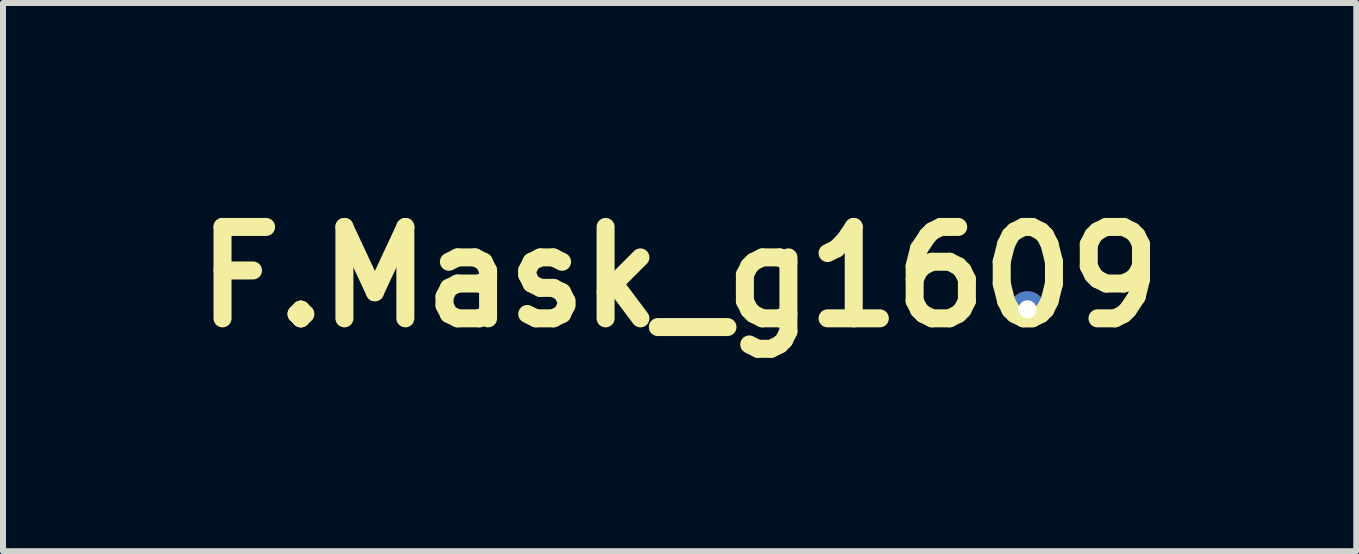
<source format=kicad_pcb>
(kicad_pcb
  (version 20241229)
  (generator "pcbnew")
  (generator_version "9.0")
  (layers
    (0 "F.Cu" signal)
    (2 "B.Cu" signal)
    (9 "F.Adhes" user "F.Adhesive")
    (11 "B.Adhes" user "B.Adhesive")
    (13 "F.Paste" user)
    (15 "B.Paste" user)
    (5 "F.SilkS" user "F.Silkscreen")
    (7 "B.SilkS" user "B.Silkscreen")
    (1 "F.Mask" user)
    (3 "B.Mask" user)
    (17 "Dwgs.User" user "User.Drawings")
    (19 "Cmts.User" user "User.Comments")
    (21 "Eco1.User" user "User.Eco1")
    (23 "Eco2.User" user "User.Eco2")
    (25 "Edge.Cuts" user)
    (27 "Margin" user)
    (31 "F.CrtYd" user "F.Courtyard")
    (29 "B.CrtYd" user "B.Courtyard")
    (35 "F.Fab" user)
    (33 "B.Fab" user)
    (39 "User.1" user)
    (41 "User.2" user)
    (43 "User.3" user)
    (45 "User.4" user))
  (footprint "F.Mask_g1609"
    (layer "F.Cu")
    (at 8.28 1.568)
    (property "Reference" "F.Mask_g1609" (at 0 0 0) (layer "F.SilkS") (effects (font (size 1.524 1.524) (thickness 0.3))))
    (attr through_hole)
    (fp_poly (pts (xy -4.346 0.067) (xy -4.144 0.068) (xy -4.096 0.069) (xy -3.318 0.074) (xy -3.143 0.471) (xy 1.224 0.46) (xy 5.591 0.449) (xy 5.648 0.395) (xy 5.727 0.345) (xy 5.815 0.332) (xy 5.901 0.355) (xy 5.956 0.394) (xy 5.995 0.446) (xy 6.01 0.508) (xy 6.011 0.544) (xy 5.994 0.638) (xy 5.946 0.708) (xy 5.875 0.75) (xy 5.791 0.76) (xy 5.699 0.734) (xy 5.689 0.729) (xy 5.639 0.691) (xy 5.607 0.652) (xy 5.583 0.607) (xy 1.166 0.622) (xy -3.251 0.637) (xy -3.294 0.542) (xy 5.745 0.542) (xy 5.76 0.585) (xy 5.794 0.612) (xy 5.826 0.599) (xy 5.842 0.582) (xy 5.858 0.538) (xy 5.842 0.501) (xy 5.803 0.487) (xy 5.762 0.503) (xy 5.745 0.542) (xy -3.294 0.542) (xy -3.343 0.435) (xy -3.434 0.233) (xy -4.15 0.233) (xy -4.346 0.233) (xy -4.504 0.232) (xy -4.628 0.23) (xy -4.723 0.228) (xy -4.792 0.225) (xy -4.84 0.22) (xy -4.872 0.213) (xy -4.891 0.205) (xy -4.899 0.2) (xy -4.926 0.161) (xy -4.932 0.139) (xy -4.93 0.12) (xy -4.921 0.104) (xy -4.902 0.092) (xy -4.868 0.082) (xy -4.815 0.075) (xy -4.741 0.071) (xy -4.641 0.068) (xy -4.51 0.067) (xy -4.346 0.067)) (stroke (width 0.01) (type solid)) (fill yes) (layer "F.Mask"))
    (fp_poly (pts (xy -3.15 -1.274) (xy -3.082 -1.224) (xy -3.048 -1.165) (xy -3.031 -1.076) (xy -3.047 -0.993) (xy -3.093 -0.925) (xy -3.161 -0.88) (xy -3.231 -0.868) (xy -3.264 -0.866) (xy -3.29 -0.855) (xy -3.314 -0.829) (xy -3.344 -0.781) (xy -3.384 -0.703) (xy -3.397 -0.677) (xy -3.493 -0.487) (xy -4.202 -0.487) (xy -4.396 -0.487) (xy -4.551 -0.488) (xy -4.673 -0.489) (xy -4.764 -0.491) (xy -4.831 -0.494) (xy -4.876 -0.499) (xy -4.904 -0.505) (xy -4.919 -0.513) (xy -4.925 -0.521) (xy -4.926 -0.568) (xy -4.917 -0.59) (xy -4.907 -0.6) (xy -4.887 -0.608) (xy -4.852 -0.614) (xy -4.799 -0.619) (xy -4.723 -0.623) (xy -4.619 -0.625) (xy -4.483 -0.628) (xy -4.311 -0.629) (xy -4.247 -0.63) (xy -3.598 -0.636) (xy -3.517 -0.799) (xy -3.475 -0.89) (xy -3.452 -0.953) (xy -3.447 -0.999) (xy -3.451 -1.019) (xy -3.455 -1.081) (xy -3.302 -1.081) (xy -3.288 -1.033) (xy -3.254 -1.016) (xy -3.21 -1.033) (xy -3.195 -1.049) (xy -3.179 -1.081) (xy -3.199 -1.112) (xy -3.2 -1.113) (xy -3.241 -1.133) (xy -3.28 -1.123) (xy -3.301 -1.089) (xy -3.302 -1.081) (xy -3.455 -1.081) (xy -3.457 -1.109) (xy -3.427 -1.19) (xy -3.368 -1.252) (xy -3.287 -1.287) (xy -3.242 -1.291) (xy -3.15 -1.274)) (stroke (width 0.01) (type solid)) (fill yes) (layer "F.Mask"))
    (fp_poly (pts (xy -3.41 0.751) (xy -3.352 0.88) (xy -3.307 0.975) (xy -3.273 1.039) (xy -3.247 1.079) (xy -3.226 1.097) (xy -3.213 1.101) (xy -3.173 1.115) (xy -3.123 1.15) (xy -3.11 1.163) (xy -3.068 1.215) (xy -3.05 1.272) (xy -3.048 1.319) (xy -3.053 1.386) (xy -3.075 1.432) (xy -3.113 1.469) (xy -3.197 1.516) (xy -3.286 1.525) (xy -3.369 1.494) (xy -3.409 1.462) (xy -3.457 1.389) (xy -3.472 1.31) (xy -3.319 1.31) (xy -3.304 1.341) (xy -3.302 1.344) (xy -3.261 1.37) (xy -3.222 1.361) (xy -3.201 1.321) (xy -3.2 1.32) (xy -3.21 1.278) (xy -3.243 1.258) (xy -3.285 1.268) (xy -3.299 1.279) (xy -3.319 1.31) (xy -3.472 1.31) (xy -3.473 1.303) (xy -3.456 1.221) (xy -3.44 1.192) (xy -3.429 1.172) (xy -3.425 1.147) (xy -3.432 1.112) (xy -3.45 1.06) (xy -3.482 0.983) (xy -3.53 0.874) (xy -3.534 0.865) (xy -3.66 0.582) (xy -4.269 0.572) (xy -4.427 0.568) (xy -4.571 0.564) (xy -4.696 0.559) (xy -4.797 0.555) (xy -4.868 0.55) (xy -4.903 0.545) (xy -4.905 0.544) (xy -4.929 0.507) (xy -4.925 0.458) (xy -4.906 0.428) (xy -4.886 0.42) (xy -4.84 0.414) (xy -4.765 0.409) (xy -4.658 0.406) (xy -4.517 0.403) (xy -4.338 0.402) (xy -4.223 0.402) (xy -3.565 0.402) (xy -3.41 0.751)) (stroke (width 0.01) (type solid)) (fill yes) (layer "F.Mask"))
    (fp_poly (pts (xy -2.914 -0.415) (xy -2.832 -0.38) (xy -2.777 -0.315) (xy -2.752 -0.227) (xy -2.752 -0.208) (xy -2.768 -0.111) (xy -2.817 -0.04) (xy -2.883 -0.002) (xy -2.945 0.016) (xy -2.99 0.016) (xy -3.04 0.000422) (xy -3.085 -0.029) (xy -3.127 -0.072) (xy -3.17 -0.127) (xy -4.033 -0.132) (xy -4.249 -0.134) (xy -4.426 -0.135) (xy -4.568 -0.137) (xy -4.68 -0.14) (xy -4.765 -0.143) (xy -4.827 -0.147) (xy -4.869 -0.152) (xy -4.896 -0.158) (xy -4.911 -0.165) (xy -4.917 -0.172) (xy -4.927 -0.212) (xy -3.018 -0.212) (xy -3.015 -0.185) (xy -2.986 -0.155) (xy -2.945 -0.151) (xy -2.911 -0.173) (xy -2.907 -0.182) (xy -2.91 -0.223) (xy -2.924 -0.245) (xy -2.962 -0.261) (xy -2.999 -0.246) (xy -3.018 -0.212) (xy -4.927 -0.212) (xy -4.929 -0.218) (xy -4.925 -0.241) (xy -4.919 -0.249) (xy -4.904 -0.256) (xy -4.878 -0.262) (xy -4.835 -0.266) (xy -4.773 -0.27) (xy -4.688 -0.272) (xy -4.575 -0.274) (xy -4.432 -0.275) (xy -4.254 -0.275) (xy -4.037 -0.275) (xy -4.034 -0.275) (xy -3.819 -0.275) (xy -3.642 -0.275) (xy -3.499 -0.276) (xy -3.387 -0.277) (xy -3.303 -0.279) (xy -3.241 -0.282) (xy -3.198 -0.287) (xy -3.171 -0.292) (xy -3.155 -0.299) (xy -3.147 -0.308) (xy -3.143 -0.318) (xy -3.143 -0.319) (xy -3.108 -0.366) (xy -3.045 -0.401) (xy -2.97 -0.418) (xy -2.914 -0.415)) (stroke (width 0.01) (type solid)) (fill yes) (layer "F.Mask"))
    (fp_poly (pts (xy -4.442 -1.563) (xy -4.41 -1.562) (xy -4.202 -1.556) (xy -4.159 -1.43) (xy -4.134 -1.361) (xy -4.109 -1.319) (xy -4.073 -1.29) (xy -4.013 -1.263) (xy -3.99 -1.253) (xy -3.923 -1.226) (xy -3.875 -1.205) (xy -3.855 -1.195) (xy -3.86 -1.174) (xy -3.878 -1.125) (xy -3.901 -1.071) (xy -3.955 -0.955) (xy -4.078 -0.998) (xy -4.276 -1.046) (xy -4.472 -1.055) (xy -4.664 -1.027) (xy -4.845 -0.966) (xy -5.013 -0.873) (xy -5.161 -0.751) (xy -5.287 -0.604) (xy -5.384 -0.434) (xy -5.449 -0.244) (xy -5.464 -0.163) (xy -5.475 0.036) (xy -5.447 0.231) (xy -5.384 0.417) (xy -5.29 0.588) (xy -5.168 0.741) (xy -5.021 0.869) (xy -4.852 0.968) (xy -4.666 1.033) (xy -4.641 1.038) (xy -4.5 1.054) (xy -4.343 1.05) (xy -4.188 1.029) (xy -4.076 0.998) (xy -4.011 0.976) (xy -3.965 0.961) (xy -3.948 0.958) (xy -3.897 1.071) (xy -3.865 1.148) (xy -3.853 1.188) (xy -3.854 1.194) (xy -3.877 1.206) (xy -3.928 1.228) (xy -3.99 1.253) (xy -4.06 1.284) (xy -4.103 1.311) (xy -4.128 1.347) (xy -4.149 1.401) (xy -4.175 1.474) (xy -4.202 1.521) (xy -4.24 1.549) (xy -4.298 1.562) (xy -4.384 1.566) (xy -4.433 1.566) (xy -4.54 1.563) (xy -4.614 1.555) (xy -4.652 1.541) (xy -4.652 1.541) (xy -4.675 1.504) (xy -4.678 1.488) (xy -4.685 1.453) (xy -4.704 1.397) (xy -4.711 1.377) (xy -4.745 1.315) (xy -4.792 1.28) (xy -4.823 1.268) (xy -4.887 1.244) (xy -4.966 1.211) (xy -5.01 1.19) (xy -5.12 1.137) (xy -5.23 1.195) (xy -5.308 1.229) (xy -5.369 1.242) (xy -5.386 1.24) (xy -5.423 1.219) (xy -5.476 1.176) (xy -5.536 1.119) (xy -5.594 1.057) (xy -5.641 1) (xy -5.669 0.957) (xy -5.673 0.943) (xy -5.663 0.906) (xy -5.639 0.848) (xy -5.618 0.805) (xy -5.564 0.702) (xy -5.63 0.547) (xy -5.664 0.467) (xy -5.693 0.397) (xy -5.713 0.351) (xy -5.715 0.346) (xy -5.752 0.306) (xy -5.804 0.285) (xy -5.873 0.265) (xy -5.933 0.24) (xy -5.992 0.21) (xy -5.986 -0.006) (xy -5.98 -0.222) (xy -5.855 -0.265) (xy -5.774 -0.297) (xy -5.728 -0.33) (xy -5.709 -0.36) (xy -5.689 -0.406) (xy -5.659 -0.475) (xy -5.625 -0.553) (xy -5.563 -0.693) (xy -5.62 -0.804) (xy -5.653 -0.882) (xy -5.666 -0.944) (xy -5.664 -0.962) (xy -5.643 -1) (xy -5.6 -1.053) (xy -5.542 -1.112) (xy -5.481 -1.17) (xy -5.424 -1.217) (xy -5.38 -1.245) (xy -5.367 -1.249) (xy -5.33 -1.24) (xy -5.271 -1.216) (xy -5.227 -1.195) (xy -5.122 -1.142) (xy -5.011 -1.192) (xy -4.933 -1.226) (xy -4.857 -1.256) (xy -4.823 -1.268) (xy -4.769 -1.294) (xy -4.731 -1.337) (xy -4.702 -1.408) (xy -4.687 -1.465) (xy -4.672 -1.509) (xy -4.648 -1.539) (xy -4.607 -1.556) (xy -4.541 -1.563) (xy -4.442 -1.563)) (stroke (width 0.01) (type solid)) (fill yes) (layer "F.Mask"))
    (pad "1" thru_hole circle (at 5.8 0.538) (size 0.6 0.6) (drill 0.3) (layers "*.Cu" "*.Mask")))
  (gr_rect
    (start -3 -3)
    (end 19.561 6.139)
    (stroke (width 0.1) (type default))
    (fill no)
    (layer "Edge.Cuts")))
</source>
